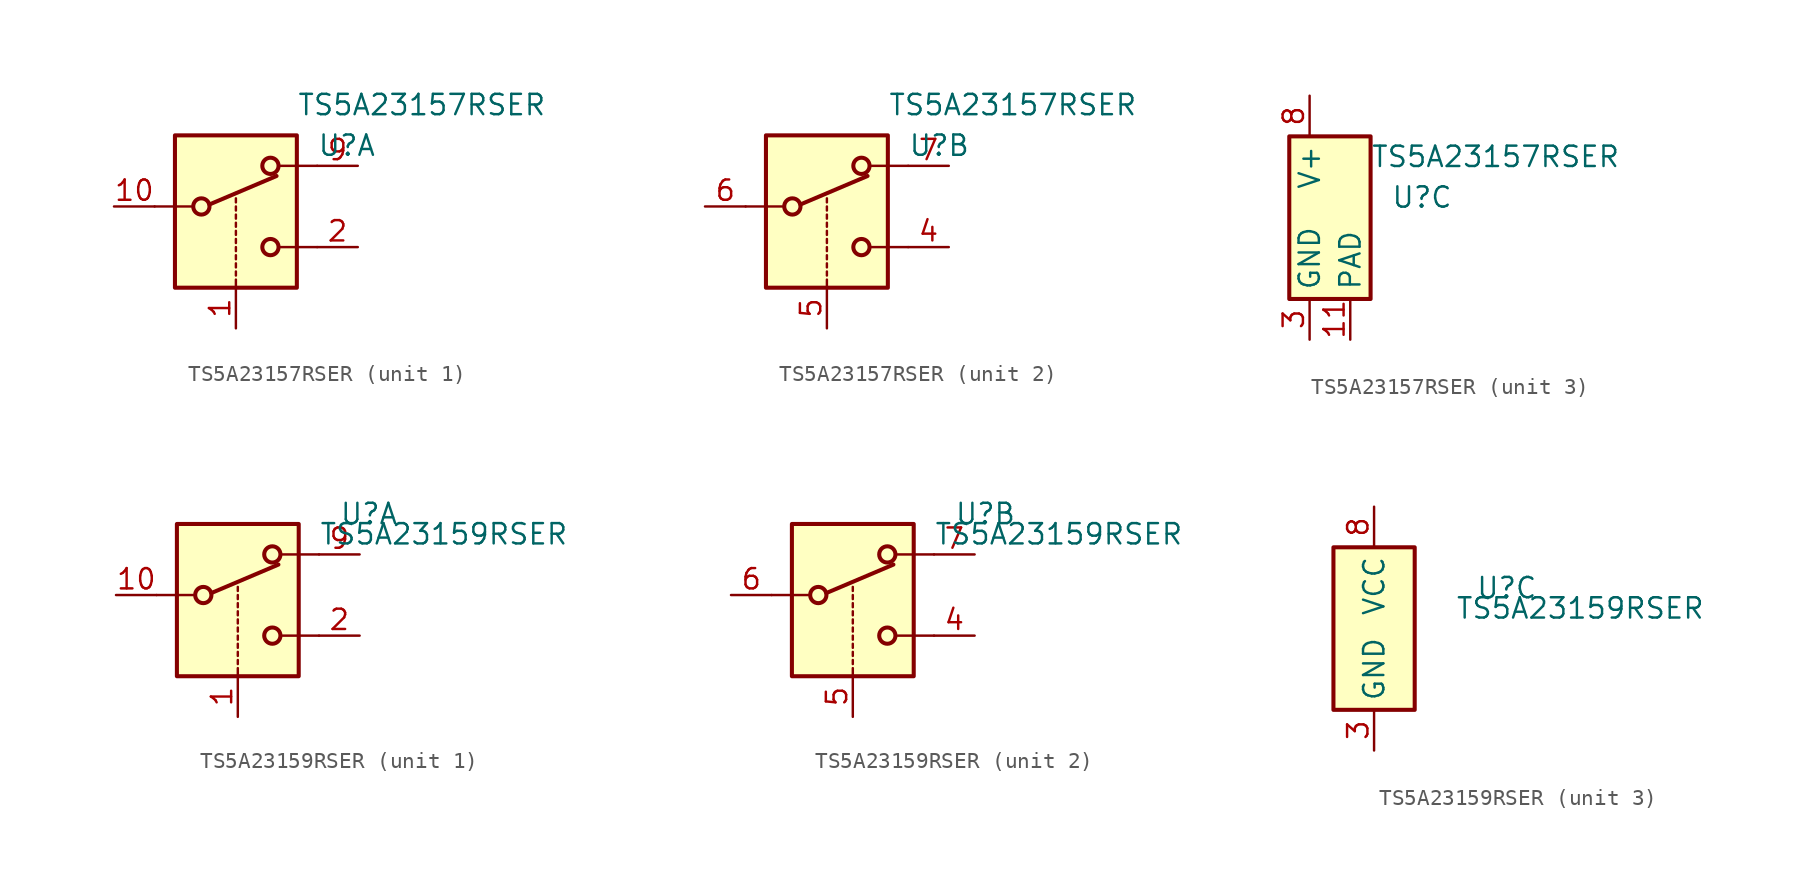
<source format=kicad_sym>
(kicad_symbol_lib
  (version 20220914)
  (generator kicad_symbol_editor)
  (symbol "TS5A23157RSER"
    (property "Reference" "U"
      (at 5.08 1.27 0)
      (effects (font (size 1.27 1.27)) (justify left)))
    (property "Value" "TS5A23157RSER"
      (at 3.81 3.81 0)
      (effects (font (size 1.27 1.27)) (justify left)))
    (property "ki_locked" ""
      (at 0 0 0)
      (effects (font (size 1.27 1.27))))
    (symbol "TS5A23157RSER_1_1"
      (rectangle (start -3.81 1.905) (end 3.81 -7.62) (stroke (width 0.254) (type solid)) (fill (type background)))
      (circle (center -2.159 -2.54) (radius 0.508) (stroke (width 0.254) (type solid)) (fill (type none)))
      (polyline (pts (xy -5.08 -2.54) (xy -2.794 -2.54)) (stroke (width 0) (type solid)) (fill (type none)))
      (polyline (pts (xy -1.651 -2.413) (xy 2.54 -0.635)) (stroke (width 0.254) (type solid)) (fill (type none)))
      (polyline (pts (xy 0 -7.62) (xy 0 -7.112)) (stroke (width 0) (type solid)) (fill (type none)))
      (polyline (pts (xy 0 -6.858) (xy 0 -6.604)) (stroke (width 0) (type solid)) (fill (type none)))
      (polyline (pts (xy 0 -6.35) (xy 0 -6.096)) (stroke (width 0) (type solid)) (fill (type none)))
      (polyline (pts (xy 0 -5.842) (xy 0 -5.588)) (stroke (width 0) (type solid)) (fill (type none)))
      (polyline (pts (xy 0 -5.334) (xy 0 -5.08)) (stroke (width 0) (type solid)) (fill (type none)))
      (polyline (pts (xy 0 -4.826) (xy 0 -4.572)) (stroke (width 0) (type solid)) (fill (type none)))
      (polyline (pts (xy 0 -4.318) (xy 0 -4.064)) (stroke (width 0) (type solid)) (fill (type none)))
      (polyline (pts (xy 0 -3.81) (xy 0 -3.556)) (stroke (width 0) (type solid)) (fill (type none)))
      (polyline (pts (xy 0 -3.302) (xy 0 -3.048)) (stroke (width 0) (type solid)) (fill (type none)))
      (polyline (pts (xy 0 -2.794) (xy 0 -2.54)) (stroke (width 0) (type solid)) (fill (type none)))
      (polyline (pts (xy 0 -2.286) (xy 0 -2.032)) (stroke (width 0) (type solid)) (fill (type none)))
      (polyline (pts (xy 5.08 -5.08) (xy 2.794 -5.08)) (stroke (width 0) (type solid)) (fill (type none)))
      (polyline (pts (xy 5.08 0) (xy 2.794 0)) (stroke (width 0) (type solid)) (fill (type none)))
      (circle (center 2.159 -5.08) (radius 0.508) (stroke (width 0.254) (type solid)) (fill (type none)))
      (circle (center 2.159 0) (radius 0.508) (stroke (width 0.254) (type solid)) (fill (type none)))
      (pin input line (at 0 -10.16 90) (length 2.54) (name "~" (effects (font (size 1.27 1.27)))) (number "1" (effects (font (size 1.27 1.27)))))
      (pin passive line (at -7.62 -2.54 0) (length 2.54) (name "~" (effects (font (size 1.27 1.27)))) (number "10" (effects (font (size 1.27 1.27)))))
      (pin passive line (at 7.62 -5.08 180) (length 2.54) (name "~" (effects (font (size 1.27 1.27)))) (number "2" (effects (font (size 1.27 1.27)))))
      (pin passive line (at 7.62 0 180) (length 2.54) (name "~" (effects (font (size 1.27 1.27)))) (number "9" (effects (font (size 1.27 1.27))))))
    (symbol "TS5A23157RSER_2_1"
      (rectangle (start -3.81 1.905) (end 3.81 -7.62) (stroke (width 0.254) (type solid)) (fill (type background)))
      (circle (center -2.159 -2.54) (radius 0.508) (stroke (width 0.254) (type solid)) (fill (type none)))
      (polyline (pts (xy -5.08 -2.54) (xy -2.794 -2.54)) (stroke (width 0) (type solid)) (fill (type none)))
      (polyline (pts (xy -1.651 -2.413) (xy 2.54 -0.635)) (stroke (width 0.254) (type solid)) (fill (type none)))
      (polyline (pts (xy 0 -7.62) (xy 0 -7.112)) (stroke (width 0) (type solid)) (fill (type none)))
      (polyline (pts (xy 0 -6.858) (xy 0 -6.604)) (stroke (width 0) (type solid)) (fill (type none)))
      (polyline (pts (xy 0 -6.35) (xy 0 -6.096)) (stroke (width 0) (type solid)) (fill (type none)))
      (polyline (pts (xy 0 -5.842) (xy 0 -5.588)) (stroke (width 0) (type solid)) (fill (type none)))
      (polyline (pts (xy 0 -5.334) (xy 0 -5.08)) (stroke (width 0) (type solid)) (fill (type none)))
      (polyline (pts (xy 0 -4.826) (xy 0 -4.572)) (stroke (width 0) (type solid)) (fill (type none)))
      (polyline (pts (xy 0 -4.318) (xy 0 -4.064)) (stroke (width 0) (type solid)) (fill (type none)))
      (polyline (pts (xy 0 -3.81) (xy 0 -3.556)) (stroke (width 0) (type solid)) (fill (type none)))
      (polyline (pts (xy 0 -3.302) (xy 0 -3.048)) (stroke (width 0) (type solid)) (fill (type none)))
      (polyline (pts (xy 0 -2.794) (xy 0 -2.54)) (stroke (width 0) (type solid)) (fill (type none)))
      (polyline (pts (xy 0 -2.286) (xy 0 -2.032)) (stroke (width 0) (type solid)) (fill (type none)))
      (polyline (pts (xy 5.08 -5.08) (xy 2.794 -5.08)) (stroke (width 0) (type solid)) (fill (type none)))
      (polyline (pts (xy 5.08 0) (xy 2.794 0)) (stroke (width 0) (type solid)) (fill (type none)))
      (circle (center 2.159 -5.08) (radius 0.508) (stroke (width 0.254) (type solid)) (fill (type none)))
      (circle (center 2.159 0) (radius 0.508) (stroke (width 0.254) (type solid)) (fill (type none)))
      (pin passive line (at 7.62 -5.08 180) (length 2.54) (name "~" (effects (font (size 1.27 1.27)))) (number "4" (effects (font (size 1.27 1.27)))))
      (pin input line (at 0 -10.16 90) (length 2.54) (name "~" (effects (font (size 1.27 1.27)))) (number "5" (effects (font (size 1.27 1.27)))))
      (pin passive line (at -7.62 -2.54 0) (length 2.54) (name "~" (effects (font (size 1.27 1.27)))) (number "6" (effects (font (size 1.27 1.27)))))
      (pin passive line (at 7.62 0 180) (length 2.54) (name "~" (effects (font (size 1.27 1.27)))) (number "7" (effects (font (size 1.27 1.27))))))
    (symbol "TS5A23157RSER_3_1"
      (rectangle (start -1.27 5.08) (end 3.81 -5.08) (stroke (width 0.254) (type solid)) (fill (type background)))
      (pin input line (at 2.54 -7.62 90) (length 2.54) (name "PAD" (effects (font (size 1.27 1.27)))) (number "11" (effects (font (size 1.27 1.27)))))
      (pin power_in line (at 0 -7.62 90) (length 2.54) (name "GND" (effects (font (size 1.27 1.27)))) (number "3" (effects (font (size 1.27 1.27)))))
      (pin power_in line (at 0 7.62 270) (length 2.54) (name "V+" (effects (font (size 1.27 1.27)))) (number "8" (effects (font (size 1.27 1.27)))))))
  (symbol "TS5A23159RSER"
    (property "Reference" "U"
      (at 6.35 2.54 0)
      (effects (font (size 1.27 1.27)) (justify left)))
    (property "Value" "TS5A23159RSER"
      (at 5.08 1.27 0)
      (effects (font (size 1.27 1.27)) (justify left)))
    (property "ki_locked" ""
      (at 0 0 0)
      (effects (font (size 1.27 1.27))))
    (symbol "TS5A23159RSER_1_1"
      (rectangle (start -3.81 1.905) (end 3.81 -7.62) (stroke (width 0.254) (type solid)) (fill (type background)))
      (circle (center -2.159 -2.54) (radius 0.508) (stroke (width 0.254) (type solid)) (fill (type none)))
      (polyline (pts (xy -5.08 -2.54) (xy -2.794 -2.54)) (stroke (width 0) (type solid)) (fill (type none)))
      (polyline (pts (xy -1.651 -2.413) (xy 2.54 -0.635)) (stroke (width 0.254) (type solid)) (fill (type none)))
      (polyline (pts (xy 0 -7.62) (xy 0 -7.112)) (stroke (width 0) (type solid)) (fill (type none)))
      (polyline (pts (xy 0 -6.858) (xy 0 -6.604)) (stroke (width 0) (type solid)) (fill (type none)))
      (polyline (pts (xy 0 -6.35) (xy 0 -6.096)) (stroke (width 0) (type solid)) (fill (type none)))
      (polyline (pts (xy 0 -5.842) (xy 0 -5.588)) (stroke (width 0) (type solid)) (fill (type none)))
      (polyline (pts (xy 0 -5.334) (xy 0 -5.08)) (stroke (width 0) (type solid)) (fill (type none)))
      (polyline (pts (xy 0 -4.826) (xy 0 -4.572)) (stroke (width 0) (type solid)) (fill (type none)))
      (polyline (pts (xy 0 -4.318) (xy 0 -4.064)) (stroke (width 0) (type solid)) (fill (type none)))
      (polyline (pts (xy 0 -3.81) (xy 0 -3.556)) (stroke (width 0) (type solid)) (fill (type none)))
      (polyline (pts (xy 0 -3.302) (xy 0 -3.048)) (stroke (width 0) (type solid)) (fill (type none)))
      (polyline (pts (xy 0 -2.794) (xy 0 -2.54)) (stroke (width 0) (type solid)) (fill (type none)))
      (polyline (pts (xy 0 -2.286) (xy 0 -2.032)) (stroke (width 0) (type solid)) (fill (type none)))
      (polyline (pts (xy 5.08 -5.08) (xy 2.794 -5.08)) (stroke (width 0) (type solid)) (fill (type none)))
      (polyline (pts (xy 5.08 0) (xy 2.794 0)) (stroke (width 0) (type solid)) (fill (type none)))
      (circle (center 2.159 -5.08) (radius 0.508) (stroke (width 0.254) (type solid)) (fill (type none)))
      (circle (center 2.159 0) (radius 0.508) (stroke (width 0.254) (type solid)) (fill (type none)))
      (pin input line (at 0 -10.16 90) (length 2.54) (name "~" (effects (font (size 1.27 1.27)))) (number "1" (effects (font (size 1.27 1.27)))))
      (pin passive line (at -7.62 -2.54 0) (length 2.54) (name "~" (effects (font (size 1.27 1.27)))) (number "10" (effects (font (size 1.27 1.27)))))
      (pin passive line (at 7.62 -5.08 180) (length 2.54) (name "~" (effects (font (size 1.27 1.27)))) (number "2" (effects (font (size 1.27 1.27)))))
      (pin passive line (at 7.62 0 180) (length 2.54) (name "~" (effects (font (size 1.27 1.27)))) (number "9" (effects (font (size 1.27 1.27))))))
    (symbol "TS5A23159RSER_2_1"
      (rectangle (start -3.81 1.905) (end 3.81 -7.62) (stroke (width 0.254) (type solid)) (fill (type background)))
      (circle (center -2.159 -2.54) (radius 0.508) (stroke (width 0.254) (type solid)) (fill (type none)))
      (polyline (pts (xy -5.08 -2.54) (xy -2.794 -2.54)) (stroke (width 0) (type solid)) (fill (type none)))
      (polyline (pts (xy -1.651 -2.413) (xy 2.54 -0.635)) (stroke (width 0.254) (type solid)) (fill (type none)))
      (polyline (pts (xy 0 -7.62) (xy 0 -7.112)) (stroke (width 0) (type solid)) (fill (type none)))
      (polyline (pts (xy 0 -6.858) (xy 0 -6.604)) (stroke (width 0) (type solid)) (fill (type none)))
      (polyline (pts (xy 0 -6.35) (xy 0 -6.096)) (stroke (width 0) (type solid)) (fill (type none)))
      (polyline (pts (xy 0 -5.842) (xy 0 -5.588)) (stroke (width 0) (type solid)) (fill (type none)))
      (polyline (pts (xy 0 -5.334) (xy 0 -5.08)) (stroke (width 0) (type solid)) (fill (type none)))
      (polyline (pts (xy 0 -4.826) (xy 0 -4.572)) (stroke (width 0) (type solid)) (fill (type none)))
      (polyline (pts (xy 0 -4.318) (xy 0 -4.064)) (stroke (width 0) (type solid)) (fill (type none)))
      (polyline (pts (xy 0 -3.81) (xy 0 -3.556)) (stroke (width 0) (type solid)) (fill (type none)))
      (polyline (pts (xy 0 -3.302) (xy 0 -3.048)) (stroke (width 0) (type solid)) (fill (type none)))
      (polyline (pts (xy 0 -2.794) (xy 0 -2.54)) (stroke (width 0) (type solid)) (fill (type none)))
      (polyline (pts (xy 0 -2.286) (xy 0 -2.032)) (stroke (width 0) (type solid)) (fill (type none)))
      (polyline (pts (xy 5.08 -5.08) (xy 2.794 -5.08)) (stroke (width 0) (type solid)) (fill (type none)))
      (polyline (pts (xy 5.08 0) (xy 2.794 0)) (stroke (width 0) (type solid)) (fill (type none)))
      (circle (center 2.159 -5.08) (radius 0.508) (stroke (width 0.254) (type solid)) (fill (type none)))
      (circle (center 2.159 0) (radius 0.508) (stroke (width 0.254) (type solid)) (fill (type none)))
      (pin passive line (at 7.62 -5.08 180) (length 2.54) (name "~" (effects (font (size 1.27 1.27)))) (number "4" (effects (font (size 1.27 1.27)))))
      (pin input line (at 0 -10.16 90) (length 2.54) (name "~" (effects (font (size 1.27 1.27)))) (number "5" (effects (font (size 1.27 1.27)))))
      (pin passive line (at -7.62 -2.54 0) (length 2.54) (name "~" (effects (font (size 1.27 1.27)))) (number "6" (effects (font (size 1.27 1.27)))))
      (pin passive line (at 7.62 0 180) (length 2.54) (name "~" (effects (font (size 1.27 1.27)))) (number "7" (effects (font (size 1.27 1.27))))))
    (symbol "TS5A23159RSER_3_1"
      (rectangle (start -2.54 5.08) (end 2.54 -5.08) (stroke (width 0.254) (type solid)) (fill (type background)))
      (pin power_in line (at 0 -7.62 90) (length 2.54) (name "GND" (effects (font (size 1.27 1.27)))) (number "3" (effects (font (size 1.27 1.27)))))
      (pin power_in line (at 0 7.62 270) (length 2.54) (name "VCC" (effects (font (size 1.27 1.27)))) (number "8" (effects (font (size 1.27 1.27))))))))
</source>
